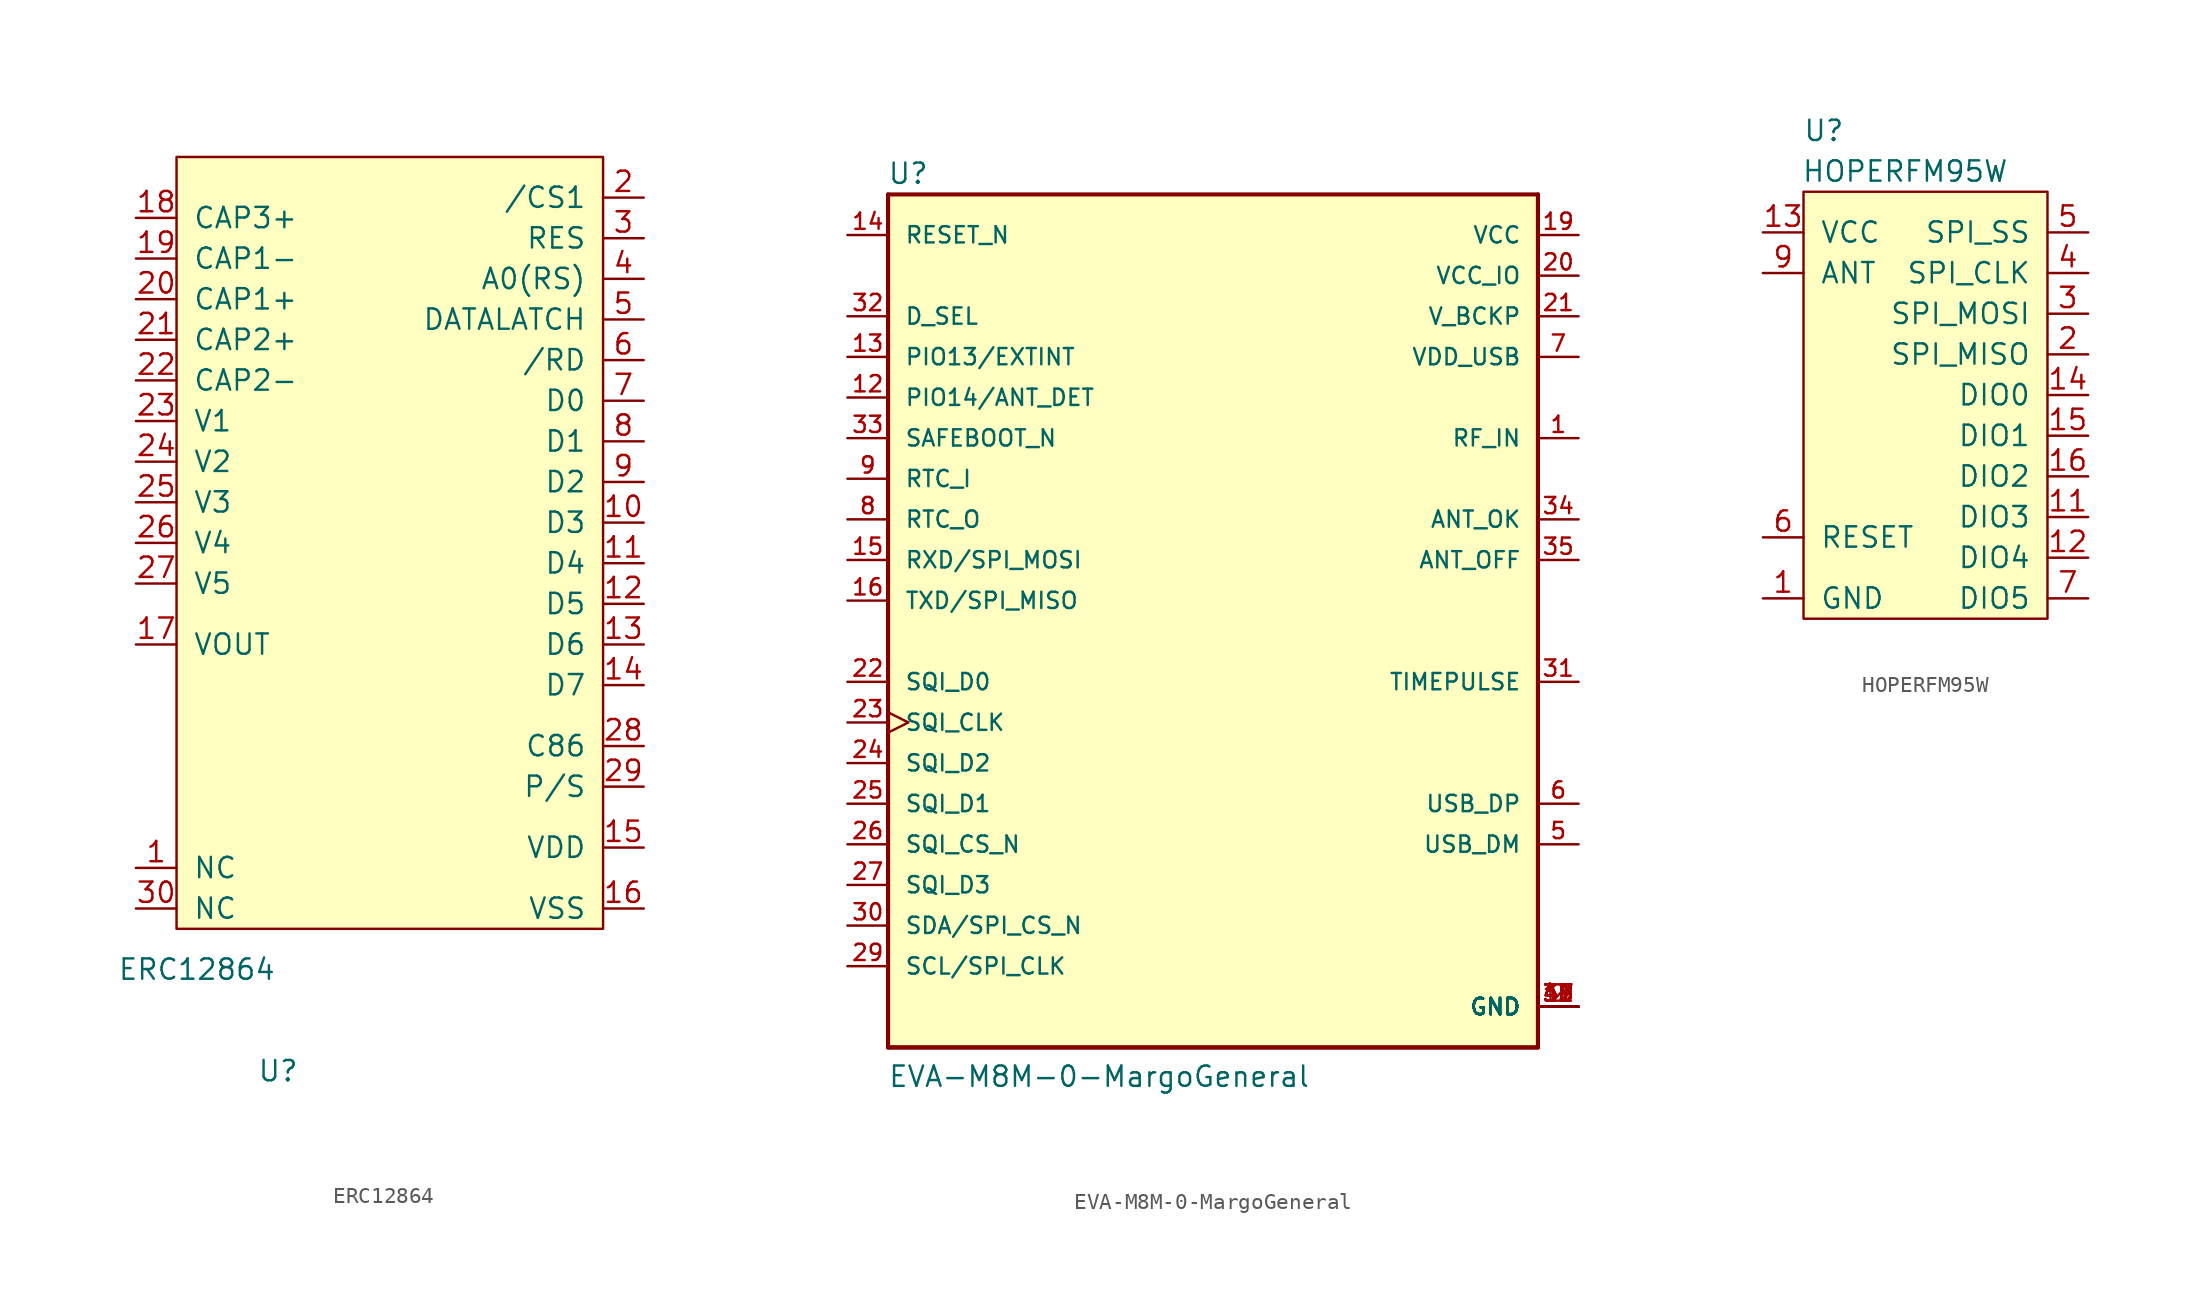
<source format=kicad_sym>
(kicad_symbol_lib
  (version 20211014)
  (generator kicad_symbol_editor)
  (symbol "ERC12864"
    (pin_names
      (offset 1.016))
    (property "Reference" "U"
      (at 6.35 -8.89 0)
      (effects (font (size 1.27 1.27))))
    (property "Value" "ERC12864"
      (at 1.27 -2.54 0)
      (effects (font (size 1.27 1.27))))
    (symbol "ERC12864_0_1"
      (rectangle (start 0 0) (end 26.67 48.26) (stroke (width 0) (type default) (color 0 0 0 0)) (fill (type background))))
    (symbol "ERC12864_1_1"
      (pin input line (at -2.54 3.81 0) (length 2.54) (name "NC" (effects (font (size 1.27 1.27)))) (number "1" (effects (font (size 1.27 1.27)))))
      (pin input line (at 29.21 25.4 180) (length 2.54) (name "D3" (effects (font (size 1.27 1.27)))) (number "10" (effects (font (size 1.27 1.27)))))
      (pin input line (at 29.21 22.86 180) (length 2.54) (name "D4" (effects (font (size 1.27 1.27)))) (number "11" (effects (font (size 1.27 1.27)))))
      (pin input line (at 29.21 20.32 180) (length 2.54) (name "D5" (effects (font (size 1.27 1.27)))) (number "12" (effects (font (size 1.27 1.27)))))
      (pin input line (at 29.21 17.78 180) (length 2.54) (name "D6" (effects (font (size 1.27 1.27)))) (number "13" (effects (font (size 1.27 1.27)))))
      (pin input line (at 29.21 15.24 180) (length 2.54) (name "D7" (effects (font (size 1.27 1.27)))) (number "14" (effects (font (size 1.27 1.27)))))
      (pin input line (at 29.21 5.08 180) (length 2.54) (name "VDD" (effects (font (size 1.27 1.27)))) (number "15" (effects (font (size 1.27 1.27)))))
      (pin input line (at 29.21 1.27 180) (length 2.54) (name "VSS" (effects (font (size 1.27 1.27)))) (number "16" (effects (font (size 1.27 1.27)))))
      (pin input line (at -2.54 17.78 0) (length 2.54) (name "VOUT" (effects (font (size 1.27 1.27)))) (number "17" (effects (font (size 1.27 1.27)))))
      (pin input line (at -2.54 44.45 0) (length 2.54) (name "CAP3+" (effects (font (size 1.27 1.27)))) (number "18" (effects (font (size 1.27 1.27)))))
      (pin input line (at -2.54 41.91 0) (length 2.54) (name "CAP1-" (effects (font (size 1.27 1.27)))) (number "19" (effects (font (size 1.27 1.27)))))
      (pin input line (at 29.21 45.72 180) (length 2.54) (name "/CS1" (effects (font (size 1.27 1.27)))) (number "2" (effects (font (size 1.27 1.27)))))
      (pin input line (at -2.54 39.37 0) (length 2.54) (name "CAP1+" (effects (font (size 1.27 1.27)))) (number "20" (effects (font (size 1.27 1.27)))))
      (pin input line (at -2.54 36.83 0) (length 2.54) (name "CAP2+" (effects (font (size 1.27 1.27)))) (number "21" (effects (font (size 1.27 1.27)))))
      (pin input line (at -2.54 34.29 0) (length 2.54) (name "CAP2-" (effects (font (size 1.27 1.27)))) (number "22" (effects (font (size 1.27 1.27)))))
      (pin input line (at -2.54 31.75 0) (length 2.54) (name "V1" (effects (font (size 1.27 1.27)))) (number "23" (effects (font (size 1.27 1.27)))))
      (pin input line (at -2.54 29.21 0) (length 2.54) (name "V2" (effects (font (size 1.27 1.27)))) (number "24" (effects (font (size 1.27 1.27)))))
      (pin input line (at -2.54 26.67 0) (length 2.54) (name "V3" (effects (font (size 1.27 1.27)))) (number "25" (effects (font (size 1.27 1.27)))))
      (pin input line (at -2.54 24.13 0) (length 2.54) (name "V4" (effects (font (size 1.27 1.27)))) (number "26" (effects (font (size 1.27 1.27)))))
      (pin input line (at -2.54 21.59 0) (length 2.54) (name "V5" (effects (font (size 1.27 1.27)))) (number "27" (effects (font (size 1.27 1.27)))))
      (pin input line (at 29.21 11.43 180) (length 2.54) (name "C86" (effects (font (size 1.27 1.27)))) (number "28" (effects (font (size 1.27 1.27)))))
      (pin input line (at 29.21 8.89 180) (length 2.54) (name "P/S" (effects (font (size 1.27 1.27)))) (number "29" (effects (font (size 1.27 1.27)))))
      (pin input line (at 29.21 43.18 180) (length 2.54) (name "RES" (effects (font (size 1.27 1.27)))) (number "3" (effects (font (size 1.27 1.27)))))
      (pin input line (at -2.54 1.27 0) (length 2.54) (name "NC" (effects (font (size 1.27 1.27)))) (number "30" (effects (font (size 1.27 1.27)))))
      (pin input line (at 29.21 40.64 180) (length 2.54) (name "A0(RS)" (effects (font (size 1.27 1.27)))) (number "4" (effects (font (size 1.27 1.27)))))
      (pin input line (at 29.21 38.1 180) (length 2.54) (name "DATALATCH" (effects (font (size 1.27 1.27)))) (number "5" (effects (font (size 1.27 1.27)))))
      (pin input line (at 29.21 35.56 180) (length 2.54) (name "/RD" (effects (font (size 1.27 1.27)))) (number "6" (effects (font (size 1.27 1.27)))))
      (pin input line (at 29.21 33.02 180) (length 2.54) (name "D0" (effects (font (size 1.27 1.27)))) (number "7" (effects (font (size 1.27 1.27)))))
      (pin input line (at 29.21 30.48 180) (length 2.54) (name "D1" (effects (font (size 1.27 1.27)))) (number "8" (effects (font (size 1.27 1.27)))))
      (pin input line (at 29.21 27.94 180) (length 2.54) (name "D2" (effects (font (size 1.27 1.27)))) (number "9" (effects (font (size 1.27 1.27)))))))
  (symbol "EVA-M8M-0-MargoGeneral"
    (pin_names
      (offset 1.016))
    (property "Reference" "U"
      (at -20.371 25.959 0)
      (effects (font (size 1.27 1.27)) (justify left bottom)))
    (property "Value" "EVA-M8M-0-MargoGeneral"
      (at -20.345 -30.505 0)
      (effects (font (size 1.27 1.27)) (justify left bottom)))
    (symbol "EVA-M8M-0-MargoGeneral_0_0"
      (rectangle (start -20.32 -27.94) (end 20.32 25.4) (stroke (width 0.254) (type default) (color 0 0 0 0)) (fill (type background)))
      (polyline (pts (xy -20.32 -27.94) (xy 20.32 -27.94)) (stroke (width 0.254) (type default) (color 0 0 0 0)) (fill (type none)))
      (polyline (pts (xy -20.32 25.4) (xy -20.32 -27.94)) (stroke (width 0.254) (type default) (color 0 0 0 0)) (fill (type none)))
      (polyline (pts (xy 20.32 -27.94) (xy 20.32 25.4)) (stroke (width 0.254) (type default) (color 0 0 0 0)) (fill (type none)))
      (pin input line (at 22.86 10.16 180) (length 2.54) (name "RF_IN" (effects (font (size 1.016 1.016)))) (number "1" (effects (font (size 1.016 1.016)))))
      (pin input line (at -22.86 12.7 0) (length 2.54) (name "PIO14/ANT_DET" (effects (font (size 1.016 1.016)))) (number "12" (effects (font (size 1.016 1.016)))))
      (pin input line (at -22.86 15.24 0) (length 2.54) (name "PIO13/EXTINT" (effects (font (size 1.016 1.016)))) (number "13" (effects (font (size 1.016 1.016)))))
      (pin input line (at -22.86 22.86 0) (length 2.54) (name "RESET_N" (effects (font (size 1.016 1.016)))) (number "14" (effects (font (size 1.016 1.016)))))
      (pin input line (at -22.86 2.54 0) (length 2.54) (name "RXD/SPI_MOSI" (effects (font (size 1.016 1.016)))) (number "15" (effects (font (size 1.016 1.016)))))
      (pin output line (at -22.86 0 0) (length 2.54) (name "TXD/SPI_MISO" (effects (font (size 1.016 1.016)))) (number "16" (effects (font (size 1.016 1.016)))))
      (pin power_in line (at 22.86 -25.4 180) (length 2.54) (name "GND" (effects (font (size 1.016 1.016)))) (number "18" (effects (font (size 1.016 1.016)))))
      (pin power_in line (at 22.86 22.86 180) (length 2.54) (name "VCC" (effects (font (size 1.016 1.016)))) (number "19" (effects (font (size 1.016 1.016)))))
      (pin power_in line (at 22.86 -25.4 180) (length 2.54) (name "GND" (effects (font (size 1.016 1.016)))) (number "2" (effects (font (size 1.016 1.016)))))
      (pin power_in line (at 22.86 20.32 180) (length 2.54) (name "VCC_IO" (effects (font (size 1.016 1.016)))) (number "20" (effects (font (size 1.016 1.016)))))
      (pin power_in line (at 22.86 17.78 180) (length 2.54) (name "V_BCKP" (effects (font (size 1.016 1.016)))) (number "21" (effects (font (size 1.016 1.016)))))
      (pin bidirectional line (at -22.86 -5.08 0) (length 2.54) (name "SQI_D0" (effects (font (size 1.016 1.016)))) (number "22" (effects (font (size 1.016 1.016)))))
      (pin bidirectional clock (at -22.86 -7.62 0) (length 2.54) (name "SQI_CLK" (effects (font (size 1.016 1.016)))) (number "23" (effects (font (size 1.016 1.016)))))
      (pin bidirectional line (at -22.86 -10.16 0) (length 2.54) (name "SQI_D2" (effects (font (size 1.016 1.016)))) (number "24" (effects (font (size 1.016 1.016)))))
      (pin bidirectional line (at -22.86 -12.7 0) (length 2.54) (name "SQI_D1" (effects (font (size 1.016 1.016)))) (number "25" (effects (font (size 1.016 1.016)))))
      (pin bidirectional line (at -22.86 -15.24 0) (length 2.54) (name "SQI_CS_N" (effects (font (size 1.016 1.016)))) (number "26" (effects (font (size 1.016 1.016)))))
      (pin bidirectional line (at -22.86 -17.78 0) (length 2.54) (name "SQI_D3" (effects (font (size 1.016 1.016)))) (number "27" (effects (font (size 1.016 1.016)))))
      (pin input line (at -22.86 -22.86 0) (length 2.54) (name "SCL/SPI_CLK" (effects (font (size 1.016 1.016)))) (number "29" (effects (font (size 1.016 1.016)))))
      (pin bidirectional line (at -22.86 -20.32 0) (length 2.54) (name "SDA/SPI_CS_N" (effects (font (size 1.016 1.016)))) (number "30" (effects (font (size 1.016 1.016)))))
      (pin output line (at 22.86 -5.08 180) (length 2.54) (name "TIMEPULSE" (effects (font (size 1.016 1.016)))) (number "31" (effects (font (size 1.016 1.016)))))
      (pin input line (at -22.86 17.78 0) (length 2.54) (name "D_SEL" (effects (font (size 1.016 1.016)))) (number "32" (effects (font (size 1.016 1.016)))))
      (pin input line (at -22.86 10.16 0) (length 2.54) (name "SAFEBOOT_N" (effects (font (size 1.016 1.016)))) (number "33" (effects (font (size 1.016 1.016)))))
      (pin input line (at 22.86 5.08 180) (length 2.54) (name "ANT_OK" (effects (font (size 1.016 1.016)))) (number "34" (effects (font (size 1.016 1.016)))))
      (pin output line (at 22.86 2.54 180) (length 2.54) (name "ANT_OFF" (effects (font (size 1.016 1.016)))) (number "35" (effects (font (size 1.016 1.016)))))
      (pin power_in line (at 22.86 -25.4 180) (length 2.54) (name "GND" (effects (font (size 1.016 1.016)))) (number "37" (effects (font (size 1.016 1.016)))))
      (pin power_in line (at 22.86 -25.4 180) (length 2.54) (name "GND" (effects (font (size 1.016 1.016)))) (number "38" (effects (font (size 1.016 1.016)))))
      (pin power_in line (at 22.86 -25.4 180) (length 2.54) (name "GND" (effects (font (size 1.016 1.016)))) (number "39" (effects (font (size 1.016 1.016)))))
      (pin power_in line (at 22.86 -25.4 180) (length 2.54) (name "GND" (effects (font (size 1.016 1.016)))) (number "40" (effects (font (size 1.016 1.016)))))
      (pin power_in line (at 22.86 -25.4 180) (length 2.54) (name "GND" (effects (font (size 1.016 1.016)))) (number "41" (effects (font (size 1.016 1.016)))))
      (pin power_in line (at 22.86 -25.4 180) (length 2.54) (name "GND" (effects (font (size 1.016 1.016)))) (number "42" (effects (font (size 1.016 1.016)))))
      (pin power_in line (at 22.86 -25.4 180) (length 2.54) (name "GND" (effects (font (size 1.016 1.016)))) (number "43" (effects (font (size 1.016 1.016)))))
      (pin bidirectional line (at 22.86 -15.24 180) (length 2.54) (name "USB_DM" (effects (font (size 1.016 1.016)))) (number "5" (effects (font (size 1.016 1.016)))))
      (pin bidirectional line (at 22.86 -12.7 180) (length 2.54) (name "USB_DP" (effects (font (size 1.016 1.016)))) (number "6" (effects (font (size 1.016 1.016)))))
      (pin power_in line (at 22.86 15.24 180) (length 2.54) (name "VDD_USB" (effects (font (size 1.016 1.016)))) (number "7" (effects (font (size 1.016 1.016)))))
      (pin output line (at -22.86 5.08 0) (length 2.54) (name "RTC_O" (effects (font (size 1.016 1.016)))) (number "8" (effects (font (size 1.016 1.016)))))
      (pin input line (at -22.86 7.62 0) (length 2.54) (name "RTC_I" (effects (font (size 1.016 1.016)))) (number "9" (effects (font (size 1.016 1.016)))))))
  (symbol "HOPERFM95W"
    (pin_names
      (offset 1.016))
    (property "Reference" "U"
      (at 1.27 30.48 0)
      (effects (font (size 1.27 1.27))))
    (property "Value" "HOPERFM95W"
      (at 6.35 27.94 0)
      (effects (font (size 1.27 1.27))))
    (symbol "HOPERFM95W_0_1"
      (rectangle (start 0 0) (end 15.24 26.67) (stroke (width 0) (type default) (color 0 0 0 0)) (fill (type background))))
    (symbol "HOPERFM95W_1_1"
      (pin input line (at -2.54 1.27 0) (length 2.54) (name "GND" (effects (font (size 1.27 1.27)))) (number "1" (effects (font (size 1.27 1.27)))))
      (pin input line (at -2.54 1.27 0) (length 2.54) hide (name "GND" (effects (font (size 1.27 1.27)))) (number "10" (effects (font (size 1.27 1.27)))))
      (pin input line (at 17.78 6.35 180) (length 2.54) (name "DIO3" (effects (font (size 1.27 1.27)))) (number "11" (effects (font (size 1.27 1.27)))))
      (pin input line (at 17.78 3.81 180) (length 2.54) (name "DIO4" (effects (font (size 1.27 1.27)))) (number "12" (effects (font (size 1.27 1.27)))))
      (pin power_in line (at -2.54 24.13 0) (length 2.54) (name "VCC" (effects (font (size 1.27 1.27)))) (number "13" (effects (font (size 1.27 1.27)))))
      (pin input line (at 17.78 13.97 180) (length 2.54) (name "DIO0" (effects (font (size 1.27 1.27)))) (number "14" (effects (font (size 1.27 1.27)))))
      (pin input line (at 17.78 11.43 180) (length 2.54) (name "DIO1" (effects (font (size 1.27 1.27)))) (number "15" (effects (font (size 1.27 1.27)))))
      (pin input line (at 17.78 8.89 180) (length 2.54) (name "DIO2" (effects (font (size 1.27 1.27)))) (number "16" (effects (font (size 1.27 1.27)))))
      (pin input line (at 17.78 16.51 180) (length 2.54) (name "SPI_MISO" (effects (font (size 1.27 1.27)))) (number "2" (effects (font (size 1.27 1.27)))))
      (pin input line (at 17.78 19.05 180) (length 2.54) (name "SPI_MOSI" (effects (font (size 1.27 1.27)))) (number "3" (effects (font (size 1.27 1.27)))))
      (pin input line (at 17.78 21.59 180) (length 2.54) (name "SPI_CLK" (effects (font (size 1.27 1.27)))) (number "4" (effects (font (size 1.27 1.27)))))
      (pin input line (at 17.78 24.13 180) (length 2.54) (name "SPI_SS" (effects (font (size 1.27 1.27)))) (number "5" (effects (font (size 1.27 1.27)))))
      (pin input line (at -2.54 5.08 0) (length 2.54) (name "RESET" (effects (font (size 1.27 1.27)))) (number "6" (effects (font (size 1.27 1.27)))))
      (pin input line (at 17.78 1.27 180) (length 2.54) (name "DIO5" (effects (font (size 1.27 1.27)))) (number "7" (effects (font (size 1.27 1.27)))))
      (pin input line (at -2.54 1.27 0) (length 2.54) hide (name "GND" (effects (font (size 1.27 1.27)))) (number "8" (effects (font (size 1.27 1.27)))))
      (pin input line (at -2.54 21.59 0) (length 2.54) (name "ANT" (effects (font (size 1.27 1.27)))) (number "9" (effects (font (size 1.27 1.27))))))))
</source>
